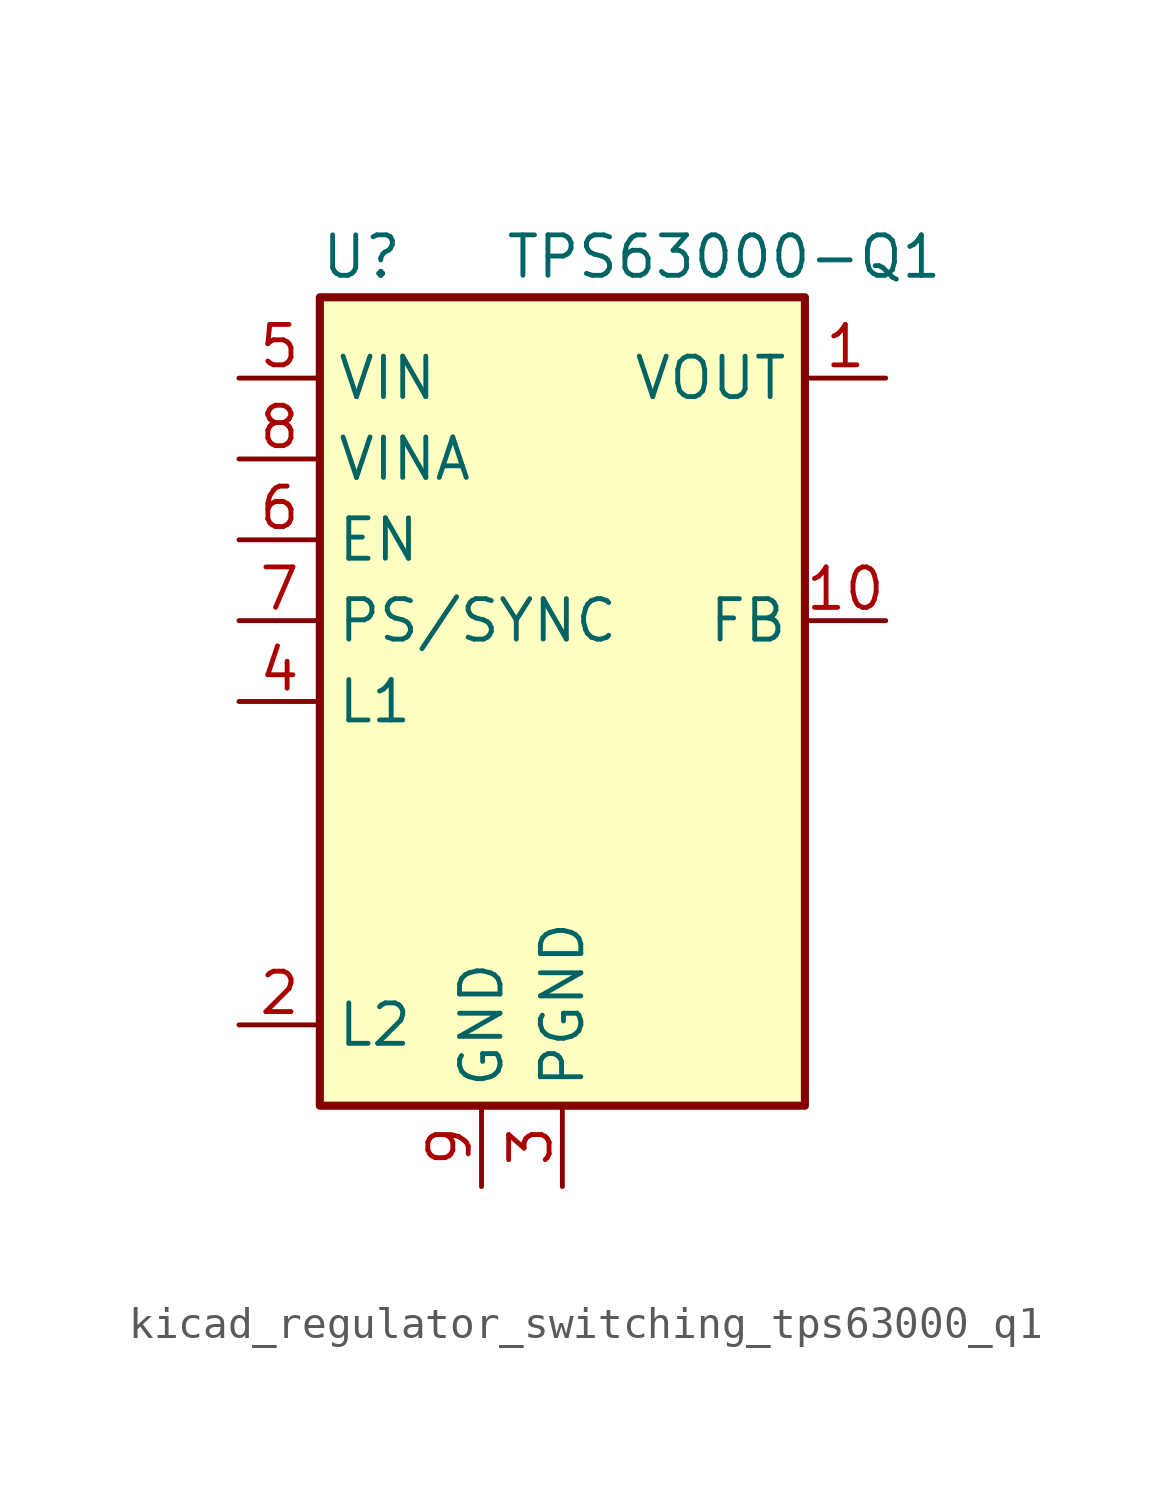
<source format=kicad_sym>
(kicad_symbol_lib
  (version 20220914)
  (generator kicad_symbol_editor)
  (symbol "kicad_regulator_switching_tps63000_q1"
    (property "Reference" "U"
      (at -7.62 13.97 0)
      (effects (font (size 1.27 1.27)) (justify left)))
    (property "Value" "TPS63000-Q1"
      (at 5.08 13.97 0)
      (effects (font (size 1.27 1.27))))
    (symbol "kicad_regulator_switching_tps63000_q1_0_1"
      (rectangle (start -7.62 12.7) (end 7.62 -12.7) (stroke (width 0.254) (type default)) (fill (type background))))
    (symbol "kicad_regulator_switching_tps63000_q1_1_1"
      (pin power_out line (at 10.16 10.16 180) (length 2.54) (name "VOUT" (effects (font (size 1.27 1.27)))) (number "1" (effects (font (size 1.27 1.27)))))
      (pin input line (at 10.16 2.54 180) (length 2.54) (name "FB" (effects (font (size 1.27 1.27)))) (number "10" (effects (font (size 1.27 1.27)))))
      (pin passive line (at 0 -15.24 90) (length 2.54) hide (name "PGND" (effects (font (size 1.27 1.27)))) (number "11" (effects (font (size 1.27 1.27)))))
      (pin input line (at -10.16 -10.16 0) (length 2.54) (name "L2" (effects (font (size 1.27 1.27)))) (number "2" (effects (font (size 1.27 1.27)))))
      (pin power_in line (at 0 -15.24 90) (length 2.54) (name "PGND" (effects (font (size 1.27 1.27)))) (number "3" (effects (font (size 1.27 1.27)))))
      (pin input line (at -10.16 0 0) (length 2.54) (name "L1" (effects (font (size 1.27 1.27)))) (number "4" (effects (font (size 1.27 1.27)))))
      (pin power_in line (at -10.16 10.16 0) (length 2.54) (name "VIN" (effects (font (size 1.27 1.27)))) (number "5" (effects (font (size 1.27 1.27)))))
      (pin input line (at -10.16 5.08 0) (length 2.54) (name "EN" (effects (font (size 1.27 1.27)))) (number "6" (effects (font (size 1.27 1.27)))))
      (pin input line (at -10.16 2.54 0) (length 2.54) (name "PS/SYNC" (effects (font (size 1.27 1.27)))) (number "7" (effects (font (size 1.27 1.27)))))
      (pin power_in line (at -10.16 7.62 0) (length 2.54) (name "VINA" (effects (font (size 1.27 1.27)))) (number "8" (effects (font (size 1.27 1.27)))))
      (pin power_in line (at -2.54 -15.24 90) (length 2.54) (name "GND" (effects (font (size 1.27 1.27)))) (number "9" (effects (font (size 1.27 1.27))))))))
</source>
